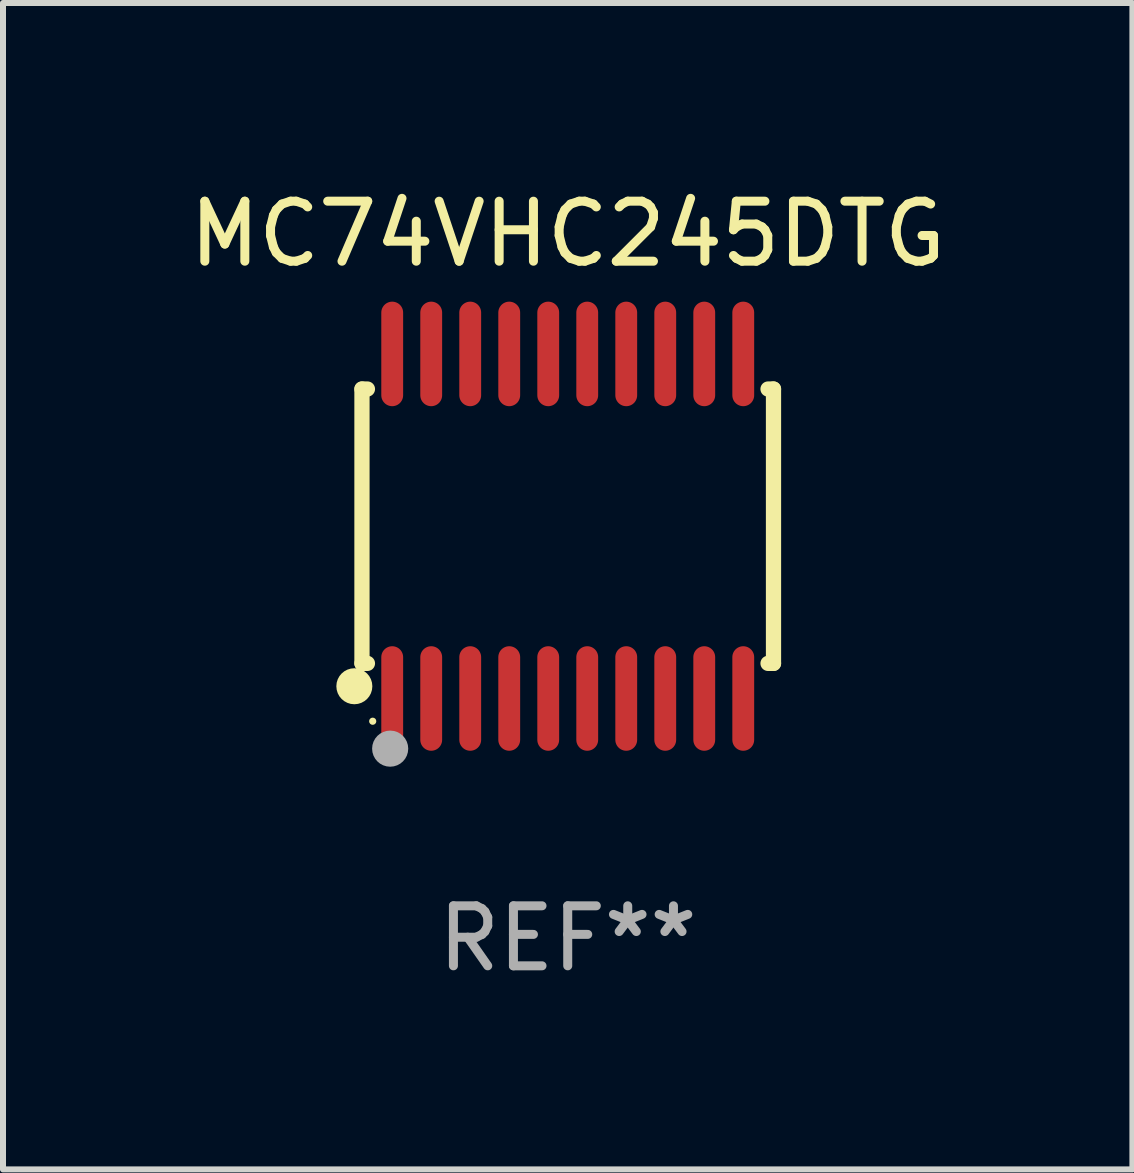
<source format=kicad_pcb>
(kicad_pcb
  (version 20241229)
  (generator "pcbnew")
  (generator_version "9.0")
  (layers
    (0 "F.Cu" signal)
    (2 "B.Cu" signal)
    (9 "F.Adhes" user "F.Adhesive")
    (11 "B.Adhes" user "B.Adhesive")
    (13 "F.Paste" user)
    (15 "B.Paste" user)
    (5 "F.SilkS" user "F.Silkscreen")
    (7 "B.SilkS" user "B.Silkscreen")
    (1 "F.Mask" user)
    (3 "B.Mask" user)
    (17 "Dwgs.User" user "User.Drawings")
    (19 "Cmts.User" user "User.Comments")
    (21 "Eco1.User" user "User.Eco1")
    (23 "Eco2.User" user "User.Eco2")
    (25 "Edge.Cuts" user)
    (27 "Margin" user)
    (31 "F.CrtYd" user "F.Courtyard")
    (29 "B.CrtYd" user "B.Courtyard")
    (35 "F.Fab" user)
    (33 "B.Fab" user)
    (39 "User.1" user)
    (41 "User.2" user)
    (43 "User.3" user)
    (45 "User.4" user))
  (footprint "MC74VHC245DTG"
    (layer "F.Cu")
    (at 6.411 5.719)
    (property "Reference" "MC74VHC245DTG" (at 0 -4.871 0) (layer "F.SilkS") (effects (font (size 1 1) (thickness 0.15))))
    (attr through_hole)
    (fp_line (start -3.429 -2.286) (end -3.429 2.286) (stroke (width 0.254) (type solid)) (layer "F.SilkS"))
    (fp_line (start -3.429 2.286) (end -3.338 2.286) (stroke (width 0.254) (type solid)) (layer "F.SilkS"))
    (fp_line (start -3.338 -2.286) (end -3.429 -2.286) (stroke (width 0.254) (type solid)) (layer "F.SilkS"))
    (fp_line (start 3.338 -2.286) (end 3.429 -2.286) (stroke (width 0.254) (type solid)) (layer "F.SilkS"))
    (fp_line (start 3.429 -2.286) (end 3.429 2.286) (stroke (width 0.254) (type solid)) (layer "F.SilkS"))
    (fp_line (start 3.429 2.286) (end 3.338 2.286) (stroke (width 0.254) (type solid)) (layer "F.SilkS"))
    (fp_circle (center -3.556 2.667) (end -3.406 2.667) (stroke (width 0.3) (type solid)) (fill no) (layer "F.SilkS"))
    (fp_circle (center -3.25 3.25) (end -3.22 3.25) (stroke (width 0.06) (type solid)) (fill no) (layer "F.SilkS"))
    (fp_circle (center -2.959 3.707) (end -2.808 3.707) (stroke (width 0.3) (type solid)) (fill no) (layer "F.Fab"))
    (fp_text user "REF**" (at 0 6.871 0) (layer "F.Fab") (effects (font (size 1 1) (thickness 0.15))))
    (pad "1" smd oval (at -2.925 2.871) (size 0.364 1.742) (layers "F.Cu" "F.Mask" "F.Paste"))
    (pad "2" smd oval (at -2.275 2.871) (size 0.364 1.742) (layers "F.Cu" "F.Mask" "F.Paste"))
    (pad "3" smd oval (at -1.625 2.871) (size 0.364 1.742) (layers "F.Cu" "F.Mask" "F.Paste"))
    (pad "4" smd oval (at -0.975 2.871) (size 0.364 1.742) (layers "F.Cu" "F.Mask" "F.Paste"))
    (pad "5" smd oval (at -0.325 2.871) (size 0.364 1.742) (layers "F.Cu" "F.Mask" "F.Paste"))
    (pad "6" smd oval (at 0.325 2.871) (size 0.364 1.742) (layers "F.Cu" "F.Mask" "F.Paste"))
    (pad "7" smd oval (at 0.975 2.871) (size 0.364 1.742) (layers "F.Cu" "F.Mask" "F.Paste"))
    (pad "8" smd oval (at 1.625 2.871) (size 0.364 1.742) (layers "F.Cu" "F.Mask" "F.Paste"))
    (pad "9" smd oval (at 2.275 2.871) (size 0.364 1.742) (layers "F.Cu" "F.Mask" "F.Paste"))
    (pad "10" smd oval (at 2.925 2.871) (size 0.364 1.742) (layers "F.Cu" "F.Mask" "F.Paste"))
    (pad "11" smd oval (at 2.925 -2.871) (size 0.364 1.742) (layers "F.Cu" "F.Mask" "F.Paste"))
    (pad "12" smd oval (at 2.275 -2.871) (size 0.364 1.742) (layers "F.Cu" "F.Mask" "F.Paste"))
    (pad "13" smd oval (at 1.625 -2.871) (size 0.364 1.742) (layers "F.Cu" "F.Mask" "F.Paste"))
    (pad "14" smd oval (at 0.975 -2.871) (size 0.364 1.742) (layers "F.Cu" "F.Mask" "F.Paste"))
    (pad "15" smd oval (at 0.325 -2.871) (size 0.364 1.742) (layers "F.Cu" "F.Mask" "F.Paste"))
    (pad "16" smd oval (at -0.325 -2.871) (size 0.364 1.742) (layers "F.Cu" "F.Mask" "F.Paste"))
    (pad "17" smd oval (at -0.975 -2.871) (size 0.364 1.742) (layers "F.Cu" "F.Mask" "F.Paste"))
    (pad "18" smd oval (at -1.625 -2.871) (size 0.364 1.742) (layers "F.Cu" "F.Mask" "F.Paste"))
    (pad "19" smd oval (at -2.275 -2.871) (size 0.364 1.742) (layers "F.Cu" "F.Mask" "F.Paste"))
    (pad "20" smd oval (at -2.925 -2.871) (size 0.364 1.742) (layers "F.Cu" "F.Mask" "F.Paste")))
  (gr_rect
    (start -3 -3)
    (end 15.821 16.438)
    (stroke (width 0.1) (type default))
    (fill no)
    (layer "Edge.Cuts")))
</source>
